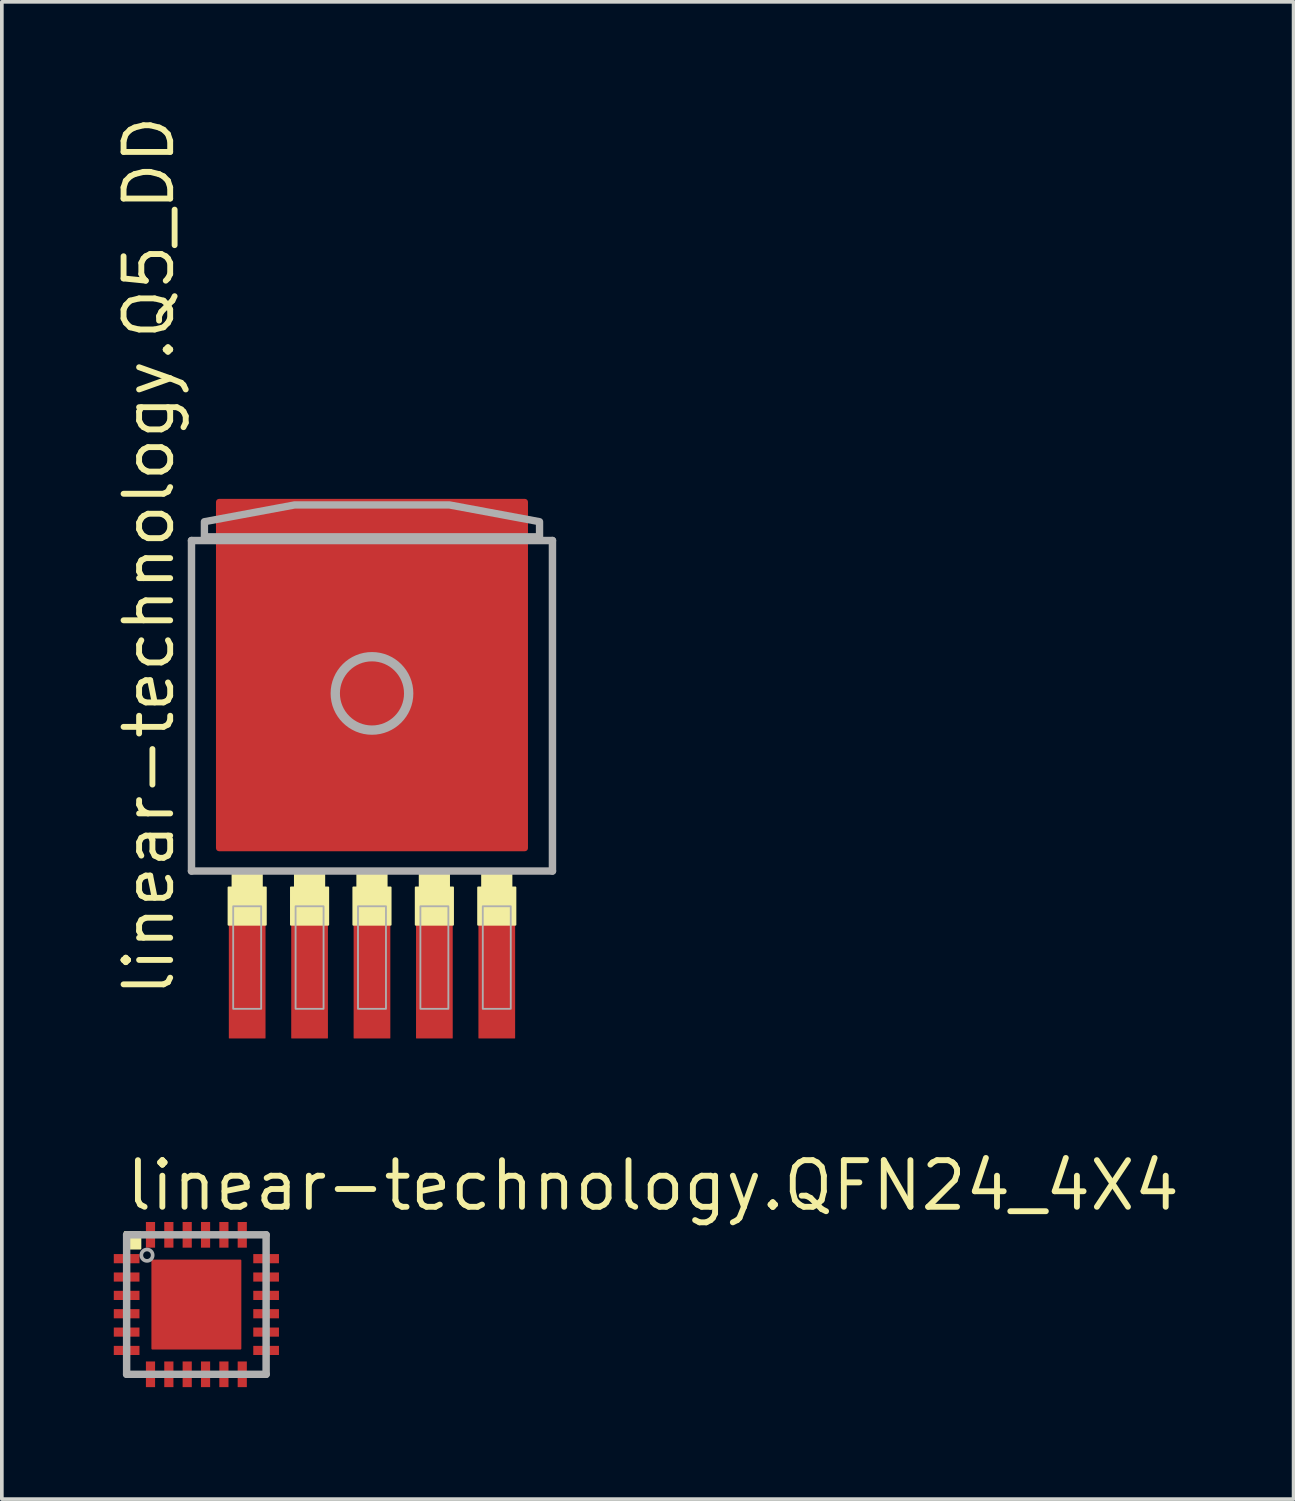
<source format=kicad_pcb>
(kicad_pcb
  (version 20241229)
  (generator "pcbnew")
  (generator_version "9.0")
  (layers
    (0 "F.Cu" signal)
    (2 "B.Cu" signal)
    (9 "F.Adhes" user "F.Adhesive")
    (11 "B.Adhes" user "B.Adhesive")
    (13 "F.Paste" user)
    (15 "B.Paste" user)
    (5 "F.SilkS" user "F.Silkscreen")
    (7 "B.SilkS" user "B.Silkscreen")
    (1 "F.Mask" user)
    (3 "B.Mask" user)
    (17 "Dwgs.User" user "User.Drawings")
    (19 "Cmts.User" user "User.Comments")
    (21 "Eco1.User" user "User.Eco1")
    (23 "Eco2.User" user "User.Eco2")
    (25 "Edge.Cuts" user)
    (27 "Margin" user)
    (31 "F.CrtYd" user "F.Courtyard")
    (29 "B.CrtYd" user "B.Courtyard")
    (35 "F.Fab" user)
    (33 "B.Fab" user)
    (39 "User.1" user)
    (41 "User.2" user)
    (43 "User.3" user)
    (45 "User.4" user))
  (footprint "linear-technology.Q5_DD"
    (layer "F.Cu")
    (at 7.084 15.666)
    (property "Reference" "linear-technology.Q5_DD" (at -5.334 8.509 90) (layer "F.SilkS") (effects (font (size 1.27 1.27) (thickness 0.16)) (justify left bottom)))
    (attr smd)
    (fp_rect (start -3.908 6.477) (end -2.892 5.461) (stroke (width 0.05) (type default)) (fill yes) (layer "F.SilkS"))
    (fp_rect (start -3.8 5.5) (end -3 5.1) (stroke (width 0.05) (type default)) (fill yes) (layer "F.SilkS"))
    (fp_rect (start -2.208 6.477) (end -1.192 5.461) (stroke (width 0.05) (type default)) (fill yes) (layer "F.SilkS"))
    (fp_rect (start -2.1 5.5) (end -1.3 5.1) (stroke (width 0.05) (type default)) (fill yes) (layer "F.SilkS"))
    (fp_rect (start -0.508 6.477) (end 0.508 5.461) (stroke (width 0.05) (type default)) (fill yes) (layer "F.SilkS"))
    (fp_rect (start -0.4 5.5) (end 0.4 5.1) (stroke (width 0.05) (type default)) (fill yes) (layer "F.SilkS"))
    (fp_rect (start 1.192 6.477) (end 2.208 5.461) (stroke (width 0.05) (type default)) (fill yes) (layer "F.SilkS"))
    (fp_rect (start 1.3 5.5) (end 2.1 5.1) (stroke (width 0.05) (type default)) (fill yes) (layer "F.SilkS"))
    (fp_rect (start 2.892 6.477) (end 3.908 5.461) (stroke (width 0.05) (type default)) (fill yes) (layer "F.SilkS"))
    (fp_rect (start 3 5.5) (end 3.8 5.1) (stroke (width 0.05) (type default)) (fill yes) (layer "F.SilkS"))
    (fp_line (start -4.917 -3.99) (end 4.917 -3.99) (stroke (width 0.203) (type default)) (layer "F.Fab"))
    (fp_line (start -4.917 5.014) (end -4.917 -3.99) (stroke (width 0.203) (type default)) (layer "F.Fab"))
    (fp_line (start 4.917 -3.99) (end 4.917 5.014) (stroke (width 0.203) (type default)) (layer "F.Fab"))
    (fp_line (start 4.917 5.014) (end -4.917 5.014) (stroke (width 0.203) (type default)) (layer "F.Fab"))
    (fp_rect (start -3.781 8.768) (end -3.019 5.974) (stroke (width 0.05) (type default)) (fill no) (layer "F.Fab"))
    (fp_rect (start -2.081 8.768) (end -1.319 5.974) (stroke (width 0.05) (type default)) (fill no) (layer "F.Fab"))
    (fp_rect (start -0.381 8.768) (end 0.381 5.974) (stroke (width 0.05) (type default)) (fill no) (layer "F.Fab"))
    (fp_rect (start 1.319 8.768) (end 2.081 5.974) (stroke (width 0.05) (type default)) (fill no) (layer "F.Fab"))
    (fp_rect (start 3.019 8.768) (end 3.781 5.974) (stroke (width 0.05) (type default)) (fill no) (layer "F.Fab"))
    (fp_circle (center 0 0.175) (end 1 0.175) (stroke (width 0.254) (type default)) (fill no) (layer "F.Fab"))
    (fp_poly (pts (xy -4.565 -4.092) (xy -4.565 -4.503) (xy -2.108 -4.96) (xy 2.108 -4.96) (xy 4.565 -4.503) (xy 4.565 -4.092)) (stroke (width 0.2) (type default)) (fill no) (layer "F.Fab"))
    (pad "1" smd roundrect (at -3.4 7.875) (size 1 3.4) (layers "F.Cu" "F.Mask" "F.Paste") (roundrect_rratio 0.01))
    (pad "2" smd roundrect (at -1.7 7.875) (size 1 3.4) (layers "F.Cu" "F.Mask" "F.Paste") (roundrect_rratio 0.01))
    (pad "3" smd roundrect (at 0 7.875) (size 1 3.4) (layers "F.Cu" "F.Mask" "F.Paste") (roundrect_rratio 0.01))
    (pad "4" smd roundrect (at 1.7 7.875) (size 1 3.4) (layers "F.Cu" "F.Mask" "F.Paste") (roundrect_rratio 0.01))
    (pad "5" smd roundrect (at 3.4 7.875) (size 1 3.4) (layers "F.Cu" "F.Mask" "F.Paste") (roundrect_rratio 0.01))
    (pad "6" smd roundrect (at 0 -0.325) (size 8.5 9.6) (layers "F.Cu" "F.Mask" "F.Paste") (roundrect_rratio 0.01)))
  (footprint "linear-technology.QFN24_4X4"
    (layer "F.Cu")
    (at 2.3 32.491)
    (property "Reference" "linear-technology.QFN24_4X4" (at -2 -2.5 0) (layer "F.SilkS") (effects (font (size 1.27 1.27) (thickness 0.16)) (justify left bottom)))
    (attr smd)
    (fp_rect (start -2.275 -1.1) (end -1.525 -1.4) (stroke (width 0.05) (type default)) (fill yes) (layer "F.Mask"))
    (fp_rect (start -2.275 -0.6) (end -1.525 -0.9) (stroke (width 0.05) (type default)) (fill yes) (layer "F.Mask"))
    (fp_rect (start -2.275 -0.1) (end -1.525 -0.4) (stroke (width 0.05) (type default)) (fill yes) (layer "F.Mask"))
    (fp_rect (start -2.275 0.4) (end -1.525 0.1) (stroke (width 0.05) (type default)) (fill yes) (layer "F.Mask"))
    (fp_rect (start -2.275 0.9) (end -1.525 0.6) (stroke (width 0.05) (type default)) (fill yes) (layer "F.Mask"))
    (fp_rect (start -2.275 1.4) (end -1.525 1.1) (stroke (width 0.05) (type default)) (fill yes) (layer "F.Mask"))
    (fp_rect (start -1.4 -1.525) (end -1.1 -2.275) (stroke (width 0.05) (type default)) (fill yes) (layer "F.Mask"))
    (fp_rect (start -1.4 2.275) (end -1.1 1.525) (stroke (width 0.05) (type default)) (fill yes) (layer "F.Mask"))
    (fp_rect (start -0.9 -1.525) (end -0.6 -2.275) (stroke (width 0.05) (type default)) (fill yes) (layer "F.Mask"))
    (fp_rect (start -0.9 2.275) (end -0.6 1.525) (stroke (width 0.05) (type default)) (fill yes) (layer "F.Mask"))
    (fp_rect (start -0.4 -1.525) (end -0.1 -2.275) (stroke (width 0.05) (type default)) (fill yes) (layer "F.Mask"))
    (fp_rect (start -0.4 2.275) (end -0.1 1.525) (stroke (width 0.05) (type default)) (fill yes) (layer "F.Mask"))
    (fp_rect (start 0.1 -1.525) (end 0.4 -2.275) (stroke (width 0.05) (type default)) (fill yes) (layer "F.Mask"))
    (fp_rect (start 0.1 2.275) (end 0.4 1.525) (stroke (width 0.05) (type default)) (fill yes) (layer "F.Mask"))
    (fp_rect (start 0.6 -1.525) (end 0.9 -2.275) (stroke (width 0.05) (type default)) (fill yes) (layer "F.Mask"))
    (fp_rect (start 0.6 2.275) (end 0.9 1.525) (stroke (width 0.05) (type default)) (fill yes) (layer "F.Mask"))
    (fp_rect (start 1.1 -1.525) (end 1.4 -2.275) (stroke (width 0.05) (type default)) (fill yes) (layer "F.Mask"))
    (fp_rect (start 1.1 2.275) (end 1.4 1.525) (stroke (width 0.05) (type default)) (fill yes) (layer "F.Mask"))
    (fp_rect (start 1.525 -1.1) (end 2.275 -1.4) (stroke (width 0.05) (type default)) (fill yes) (layer "F.Mask"))
    (fp_rect (start 1.525 -0.6) (end 2.275 -0.9) (stroke (width 0.05) (type default)) (fill yes) (layer "F.Mask"))
    (fp_rect (start 1.525 -0.1) (end 2.275 -0.4) (stroke (width 0.05) (type default)) (fill yes) (layer "F.Mask"))
    (fp_rect (start 1.525 0.4) (end 2.275 0.1) (stroke (width 0.05) (type default)) (fill yes) (layer "F.Mask"))
    (fp_rect (start 1.525 0.9) (end 2.275 0.6) (stroke (width 0.05) (type default)) (fill yes) (layer "F.Mask"))
    (fp_rect (start 1.525 1.4) (end 2.275 1.1) (stroke (width 0.05) (type default)) (fill yes) (layer "F.Mask"))
    (fp_poly (pts (xy -1.175 -1.175) (xy 0.975 -1.175) (xy 1.175 -0.95) (xy 1.175 1.175) (xy -1.175 1.175)) (stroke (width 0.203) (type default)) (fill yes) (layer "F.Mask"))
    (fp_rect (start -1.95 -1.525) (end -1.525 -1.975) (stroke (width 0.05) (type default)) (fill yes) (layer "F.SilkS"))
    (fp_rect (start -2.2 -1.15) (end -1.575 -1.35) (stroke (width 0.05) (type default)) (fill yes) (layer "F.Paste"))
    (fp_rect (start -2.2 -0.65) (end -1.575 -0.85) (stroke (width 0.05) (type default)) (fill yes) (layer "F.Paste"))
    (fp_rect (start -2.2 -0.15) (end -1.575 -0.35) (stroke (width 0.05) (type default)) (fill yes) (layer "F.Paste"))
    (fp_rect (start -2.2 0.35) (end -1.575 0.15) (stroke (width 0.05) (type default)) (fill yes) (layer "F.Paste"))
    (fp_rect (start -2.2 0.85) (end -1.575 0.65) (stroke (width 0.05) (type default)) (fill yes) (layer "F.Paste"))
    (fp_rect (start -2.2 1.35) (end -1.575 1.15) (stroke (width 0.05) (type default)) (fill yes) (layer "F.Paste"))
    (fp_rect (start -1.35 -1.575) (end -1.15 -2.2) (stroke (width 0.05) (type default)) (fill yes) (layer "F.Paste"))
    (fp_rect (start -1.35 2.2) (end -1.15 1.575) (stroke (width 0.05) (type default)) (fill yes) (layer "F.Paste"))
    (fp_rect (start -0.85 -1.575) (end -0.65 -2.2) (stroke (width 0.05) (type default)) (fill yes) (layer "F.Paste"))
    (fp_rect (start -0.85 2.2) (end -0.65 1.575) (stroke (width 0.05) (type default)) (fill yes) (layer "F.Paste"))
    (fp_rect (start -0.35 -1.575) (end -0.15 -2.2) (stroke (width 0.05) (type default)) (fill yes) (layer "F.Paste"))
    (fp_rect (start -0.35 2.2) (end -0.15 1.575) (stroke (width 0.05) (type default)) (fill yes) (layer "F.Paste"))
    (fp_rect (start 0.15 -1.575) (end 0.35 -2.2) (stroke (width 0.05) (type default)) (fill yes) (layer "F.Paste"))
    (fp_rect (start 0.15 2.2) (end 0.35 1.575) (stroke (width 0.05) (type default)) (fill yes) (layer "F.Paste"))
    (fp_rect (start 0.65 -1.575) (end 0.85 -2.2) (stroke (width 0.05) (type default)) (fill yes) (layer "F.Paste"))
    (fp_rect (start 0.65 2.2) (end 0.85 1.575) (stroke (width 0.05) (type default)) (fill yes) (layer "F.Paste"))
    (fp_rect (start 1.15 -1.575) (end 1.35 -2.2) (stroke (width 0.05) (type default)) (fill yes) (layer "F.Paste"))
    (fp_rect (start 1.15 2.2) (end 1.35 1.575) (stroke (width 0.05) (type default)) (fill yes) (layer "F.Paste"))
    (fp_rect (start 1.575 -1.15) (end 2.2 -1.35) (stroke (width 0.05) (type default)) (fill yes) (layer "F.Paste"))
    (fp_rect (start 1.575 -0.65) (end 2.2 -0.85) (stroke (width 0.05) (type default)) (fill yes) (layer "F.Paste"))
    (fp_rect (start 1.575 -0.15) (end 2.2 -0.35) (stroke (width 0.05) (type default)) (fill yes) (layer "F.Paste"))
    (fp_rect (start 1.575 0.35) (end 2.2 0.15) (stroke (width 0.05) (type default)) (fill yes) (layer "F.Paste"))
    (fp_rect (start 1.575 0.85) (end 2.2 0.65) (stroke (width 0.05) (type default)) (fill yes) (layer "F.Paste"))
    (fp_rect (start 1.575 1.35) (end 2.2 1.15) (stroke (width 0.05) (type default)) (fill yes) (layer "F.Paste"))
    (fp_poly (pts (xy -1 -1) (xy 1 -1) (xy 1 1) (xy -1 1)) (stroke (width 0.203) (type default)) (fill yes) (layer "F.Paste"))
    (fp_line (start -1.9 -1.9) (end -1.9 1.9) (stroke (width 0.203) (type default)) (layer "F.Fab"))
    (fp_line (start -1.9 1.9) (end 1.9 1.9) (stroke (width 0.203) (type default)) (layer "F.Fab"))
    (fp_line (start 1.9 -1.9) (end -1.9 -1.9) (stroke (width 0.203) (type default)) (layer "F.Fab"))
    (fp_line (start 1.9 1.9) (end 1.9 -1.9) (stroke (width 0.203) (type default)) (layer "F.Fab"))
    (fp_circle (center -1.345 -1.345) (end -1.19 -1.345) (stroke (width 0.1) (type default)) (fill no) (layer "F.Fab"))
    (pad "1" smd roundrect (at -1.9 -1.25) (size 0.7 0.25) (layers "F.Cu" "F.Mask" "F.Paste") (roundrect_rratio 0.01))
    (pad "2" smd roundrect (at -1.9 -0.75) (size 0.7 0.25) (layers "F.Cu" "F.Mask" "F.Paste") (roundrect_rratio 0.01))
    (pad "3" smd roundrect (at -1.9 -0.25) (size 0.7 0.25) (layers "F.Cu" "F.Mask" "F.Paste") (roundrect_rratio 0.01))
    (pad "4" smd roundrect (at -1.9 0.25) (size 0.7 0.25) (layers "F.Cu" "F.Mask" "F.Paste") (roundrect_rratio 0.01))
    (pad "5" smd roundrect (at -1.9 0.75) (size 0.7 0.25) (layers "F.Cu" "F.Mask" "F.Paste") (roundrect_rratio 0.01))
    (pad "6" smd roundrect (at -1.9 1.25) (size 0.7 0.25) (layers "F.Cu" "F.Mask" "F.Paste") (roundrect_rratio 0.01))
    (pad "7" smd roundrect (at -1.25 1.9 90) (size 0.7 0.25) (layers "F.Cu" "F.Mask" "F.Paste") (roundrect_rratio 0.01))
    (pad "8" smd roundrect (at -0.75 1.9 90) (size 0.7 0.25) (layers "F.Cu" "F.Mask" "F.Paste") (roundrect_rratio 0.01))
    (pad "9" smd roundrect (at -0.25 1.9 90) (size 0.7 0.25) (layers "F.Cu" "F.Mask" "F.Paste") (roundrect_rratio 0.01))
    (pad "10" smd roundrect (at 0.25 1.9 90) (size 0.7 0.25) (layers "F.Cu" "F.Mask" "F.Paste") (roundrect_rratio 0.01))
    (pad "11" smd roundrect (at 0.75 1.9 90) (size 0.7 0.25) (layers "F.Cu" "F.Mask" "F.Paste") (roundrect_rratio 0.01))
    (pad "12" smd roundrect (at 1.25 1.9 90) (size 0.7 0.25) (layers "F.Cu" "F.Mask" "F.Paste") (roundrect_rratio 0.01))
    (pad "13" smd roundrect (at 1.9 1.25 180) (size 0.7 0.25) (layers "F.Cu" "F.Mask" "F.Paste") (roundrect_rratio 0.01))
    (pad "14" smd roundrect (at 1.9 0.75 180) (size 0.7 0.25) (layers "F.Cu" "F.Mask" "F.Paste") (roundrect_rratio 0.01))
    (pad "15" smd roundrect (at 1.9 0.25 180) (size 0.7 0.25) (layers "F.Cu" "F.Mask" "F.Paste") (roundrect_rratio 0.01))
    (pad "16" smd roundrect (at 1.9 -0.25 180) (size 0.7 0.25) (layers "F.Cu" "F.Mask" "F.Paste") (roundrect_rratio 0.01))
    (pad "17" smd roundrect (at 1.9 -0.75 180) (size 0.7 0.25) (layers "F.Cu" "F.Mask" "F.Paste") (roundrect_rratio 0.01))
    (pad "18" smd roundrect (at 1.9 -1.25 180) (size 0.7 0.25) (layers "F.Cu" "F.Mask" "F.Paste") (roundrect_rratio 0.01))
    (pad "19" smd roundrect (at 1.25 -1.9 270) (size 0.7 0.25) (layers "F.Cu" "F.Mask" "F.Paste") (roundrect_rratio 0.01))
    (pad "20" smd roundrect (at 0.75 -1.9 270) (size 0.7 0.25) (layers "F.Cu" "F.Mask" "F.Paste") (roundrect_rratio 0.01))
    (pad "21" smd roundrect (at 0.25 -1.9 270) (size 0.7 0.25) (layers "F.Cu" "F.Mask" "F.Paste") (roundrect_rratio 0.01))
    (pad "22" smd roundrect (at -0.25 -1.9 270) (size 0.7 0.25) (layers "F.Cu" "F.Mask" "F.Paste") (roundrect_rratio 0.01))
    (pad "23" smd roundrect (at -0.75 -1.9 270) (size 0.7 0.25) (layers "F.Cu" "F.Mask" "F.Paste") (roundrect_rratio 0.01))
    (pad "24" smd roundrect (at -1.25 -1.9 270) (size 0.7 0.25) (layers "F.Cu" "F.Mask" "F.Paste") (roundrect_rratio 0.01))
    (pad "EXP" smd roundrect (at 0 0) (size 2.45 2.45) (layers "F.Cu" "F.Mask" "F.Paste") (roundrect_rratio 0.01)))
  (gr_rect
    (start -3 -3)
    (end 32.192 37.791)
    (stroke (width 0.1) (type default))
    (fill no)
    (layer "Edge.Cuts")))
</source>
